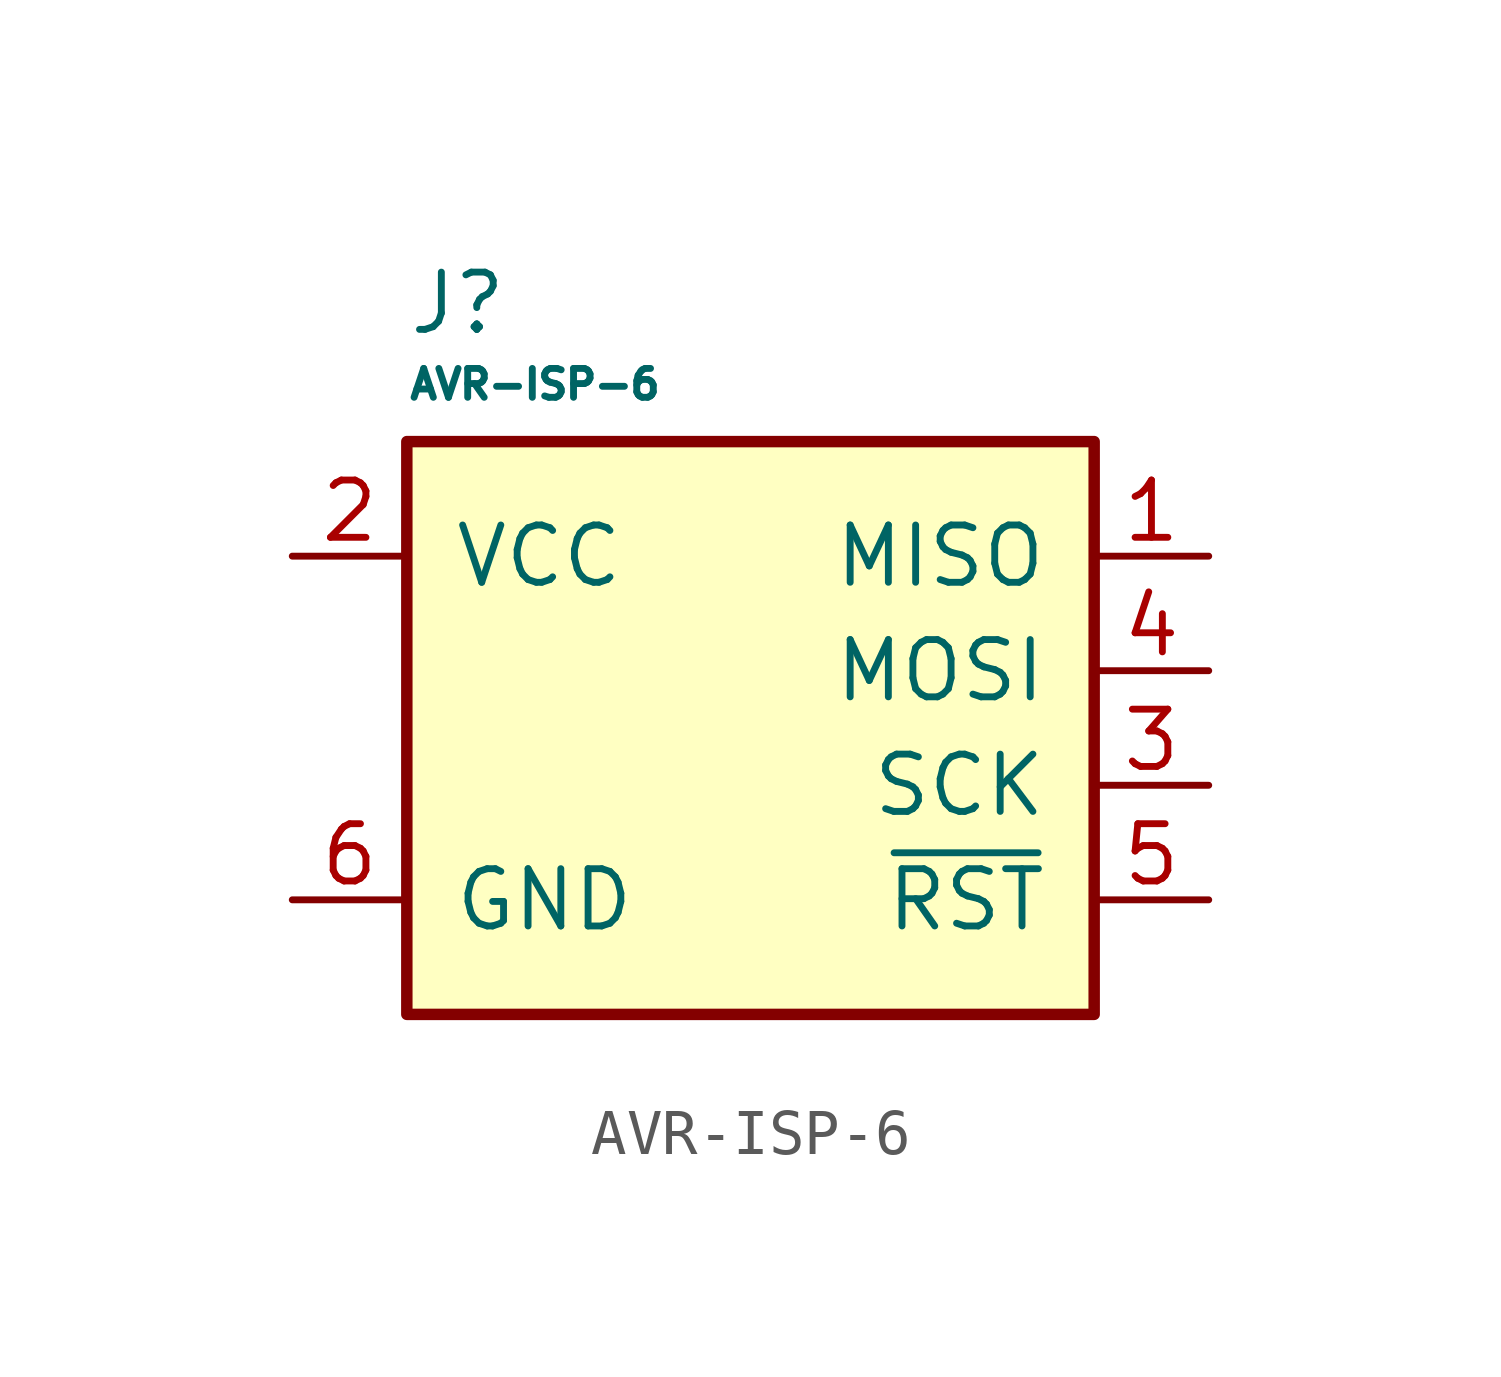
<source format=kicad_sym>
(kicad_symbol_lib
  (version 20220914)
  (generator kicad_symbol_editor)
  (symbol "AVR-ISP-6"
    (pin_names
      (offset 1.016))
    (property "Reference" "J"
      (at -7.62 11.43 0)
      (effects (font (size 1.27 1.27)) (justify left top)))
    (property "Value" "AVR-ISP-6"
      (at -7.62 8.89 0)
      (effects (font (size 0.64 0.64)) (justify left)))
    (symbol "AVR-ISP-6_0_1"
      (rectangle (start -7.62 7.62) (end 7.62 -5.08) (stroke (width 0.254) (type default)) (fill (type background))))
    (symbol "AVR-ISP-6_1_1"
      (pin passive line (at 10.16 5.08 180) (length 2.54) (name "MISO" (effects (font (size 1.27 1.27)))) (number "1" (effects (font (size 1.27 1.27)))))
      (pin passive line (at -10.16 5.08 0) (length 2.54) (name "VCC" (effects (font (size 1.27 1.27)))) (number "2" (effects (font (size 1.27 1.27)))))
      (pin passive line (at 10.16 0 180) (length 2.54) (name "SCK" (effects (font (size 1.27 1.27)))) (number "3" (effects (font (size 1.27 1.27)))))
      (pin passive line (at 10.16 2.54 180) (length 2.54) (name "MOSI" (effects (font (size 1.27 1.27)))) (number "4" (effects (font (size 1.27 1.27)))))
      (pin passive line (at 10.16 -2.54 180) (length 2.54) (name "~{RST}" (effects (font (size 1.27 1.27)))) (number "5" (effects (font (size 1.27 1.27)))))
      (pin passive line (at -10.16 -2.54 0) (length 2.54) (name "GND" (effects (font (size 1.27 1.27)))) (number "6" (effects (font (size 1.27 1.27))))))))
</source>
